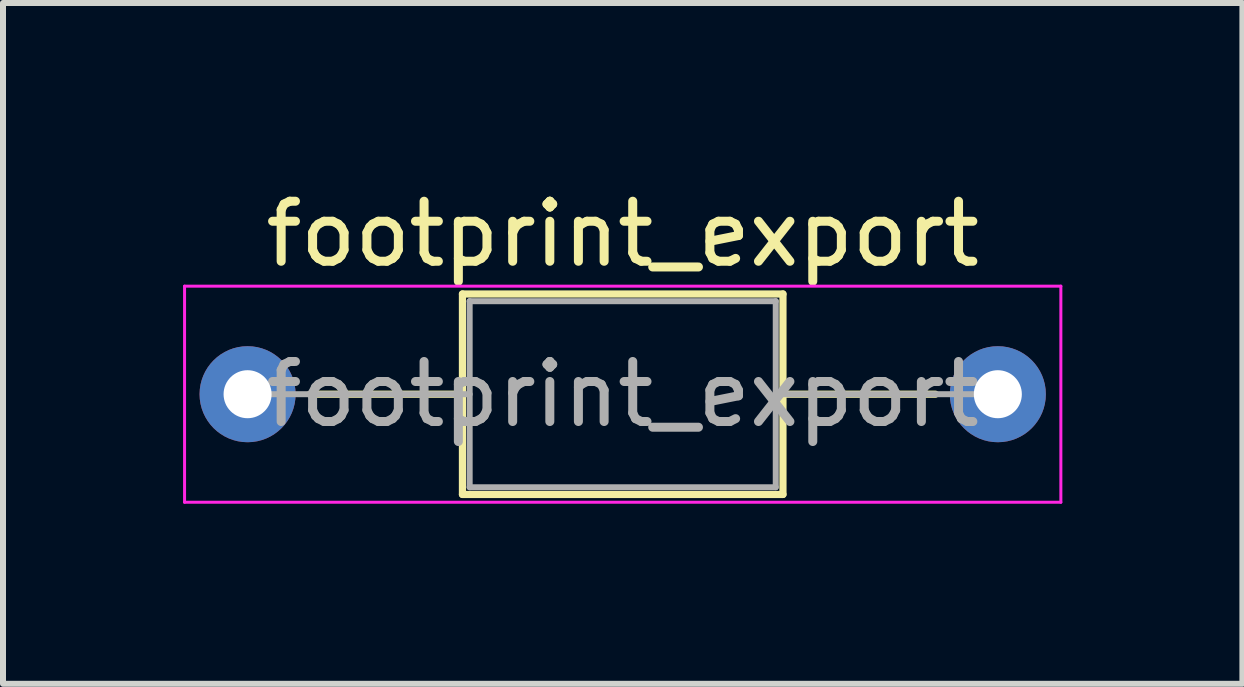
<source format=kicad_pcb>
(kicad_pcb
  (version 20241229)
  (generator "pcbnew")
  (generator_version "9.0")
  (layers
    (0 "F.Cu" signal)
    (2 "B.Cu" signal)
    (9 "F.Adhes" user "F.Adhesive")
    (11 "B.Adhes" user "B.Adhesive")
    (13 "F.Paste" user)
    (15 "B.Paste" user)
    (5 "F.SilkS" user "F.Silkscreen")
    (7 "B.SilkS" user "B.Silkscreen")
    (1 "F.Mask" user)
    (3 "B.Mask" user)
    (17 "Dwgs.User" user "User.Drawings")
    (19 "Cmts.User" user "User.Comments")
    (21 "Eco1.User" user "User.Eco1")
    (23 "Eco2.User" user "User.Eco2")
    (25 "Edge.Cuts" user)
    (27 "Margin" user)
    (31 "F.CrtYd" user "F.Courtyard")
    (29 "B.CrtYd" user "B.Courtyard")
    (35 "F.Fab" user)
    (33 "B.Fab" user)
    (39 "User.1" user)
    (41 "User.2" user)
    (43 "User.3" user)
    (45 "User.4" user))
  (footprint "footprint_export"
    (layer "F.Cu")
    (at 1.075 3.518)
    (property "Reference" "footprint_export" (at 6.25 -2.67 0) (layer "F.SilkS") (effects (font (size 1 1) (thickness 0.15))))
    (attr through_hole)
    (fp_line (start 1.04 0) (end 3.58 0) (stroke (width 0.12) (type solid)) (layer "F.SilkS"))
    (fp_line (start 3.58 -1.67) (end 3.58 1.67) (stroke (width 0.12) (type solid)) (layer "F.SilkS"))
    (fp_line (start 3.58 1.67) (end 8.92 1.67) (stroke (width 0.12) (type solid)) (layer "F.SilkS"))
    (fp_line (start 8.92 -1.67) (end 3.58 -1.67) (stroke (width 0.12) (type solid)) (layer "F.SilkS"))
    (fp_line (start 8.92 1.67) (end 8.92 -1.67) (stroke (width 0.12) (type solid)) (layer "F.SilkS"))
    (fp_line (start 11.46 0) (end 8.92 0) (stroke (width 0.12) (type solid)) (layer "F.SilkS"))
    (fp_line (start -1.05 -1.8) (end -1.05 1.8) (stroke (width 0.05) (type solid)) (layer "F.CrtYd"))
    (fp_line (start -1.05 1.8) (end 13.55 1.8) (stroke (width 0.05) (type solid)) (layer "F.CrtYd"))
    (fp_line (start 13.55 -1.8) (end -1.05 -1.8) (stroke (width 0.05) (type solid)) (layer "F.CrtYd"))
    (fp_line (start 13.55 1.8) (end 13.55 -1.8) (stroke (width 0.05) (type solid)) (layer "F.CrtYd"))
    (fp_line (start 0 0) (end 3.7 0) (stroke (width 0.1) (type solid)) (layer "F.Fab"))
    (fp_line (start 3.7 -1.55) (end 3.7 1.55) (stroke (width 0.1) (type solid)) (layer "F.Fab"))
    (fp_line (start 3.7 1.55) (end 8.8 1.55) (stroke (width 0.1) (type solid)) (layer "F.Fab"))
    (fp_line (start 8.8 -1.55) (end 3.7 -1.55) (stroke (width 0.1) (type solid)) (layer "F.Fab"))
    (fp_line (start 8.8 1.55) (end 8.8 -1.55) (stroke (width 0.1) (type solid)) (layer "F.Fab"))
    (fp_line (start 12.5 0) (end 8.8 0) (stroke (width 0.1) (type solid)) (layer "F.Fab"))
    (fp_text user "${REFERENCE}" (at 6.25 0 0) (layer "F.Fab") (effects (font (size 1 1) (thickness 0.15))))
    (pad "1" thru_hole circle (at 0 0) (size 1.6 1.6) (drill 0.8) (layers "*.Cu" "*.Mask"))
    (pad "2" thru_hole oval (at 12.5 0) (size 1.6 1.6) (drill 0.8) (layers "*.Cu" "*.Mask")))
  (gr_rect
    (start -3 -3)
    (end 17.65 8.343)
    (stroke (width 0.1) (type default))
    (fill no)
    (layer "Edge.Cuts")))
</source>
